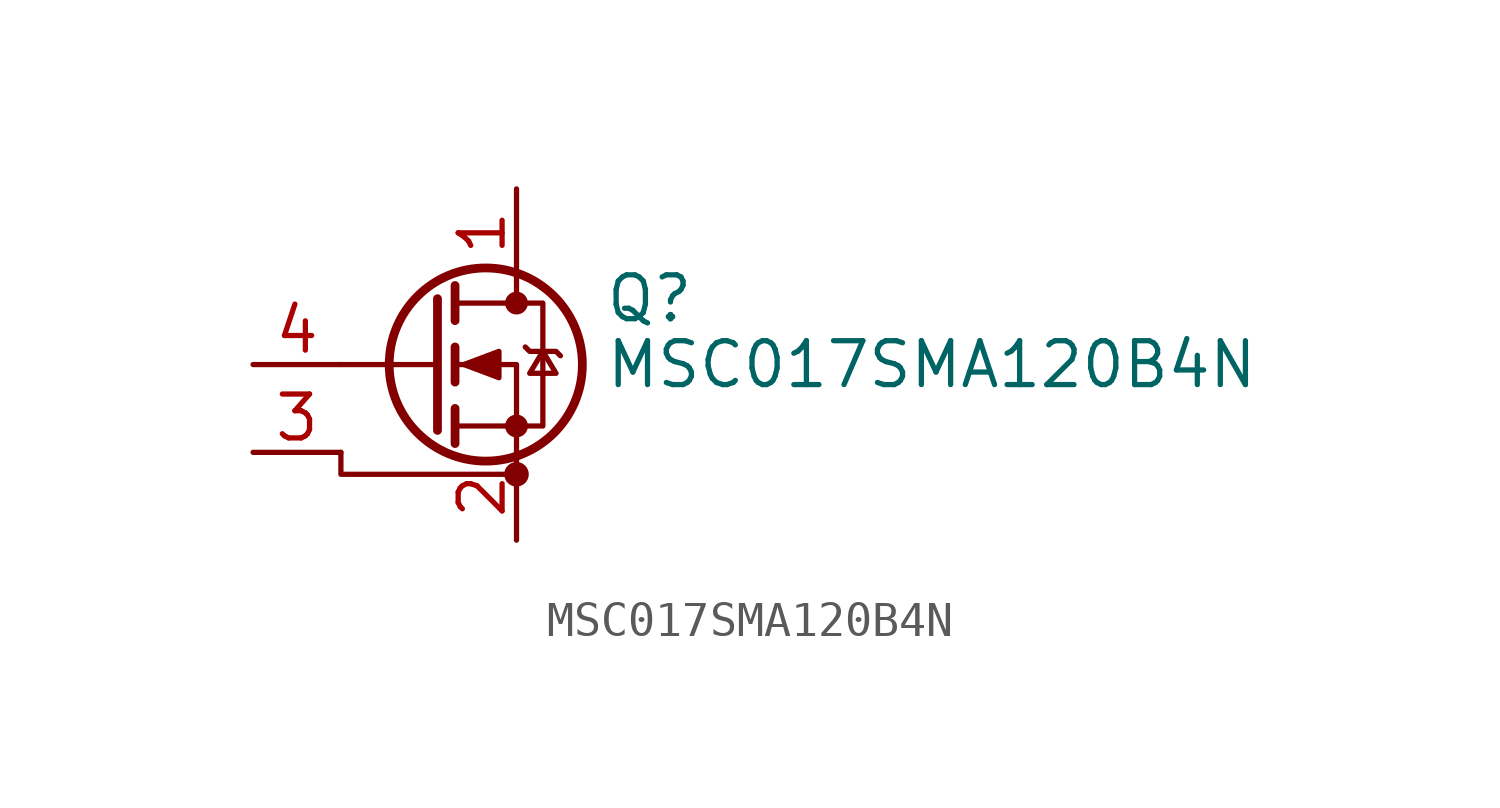
<source format=kicad_sym>
(kicad_symbol_lib
  (version 20231120)
  (generator "kicad_symbol_editor")
  (generator_version "8.0")
  (symbol "MSC017SMA120B4N"
    (pin_names hide)
    (property "Reference" "Q"
      (at 5.08 1.905 0)
      (effects (font (size 1.27 1.27)) (justify left)))
    (property "Value" "MSC017SMA120B4N"
      (at 5.08 0 0)
      (effects (font (size 1.27 1.27)) (justify left)))
    (symbol "MSC017SMA120B4N_0_1"
      (polyline (pts (xy 0.254 0) (xy -2.54 0)) (stroke (width 0) (type default)) (fill (type none)))
      (polyline (pts (xy 0.254 1.905) (xy 0.254 -1.905)) (stroke (width 0.254) (type default)) (fill (type none)))
      (polyline (pts (xy 0.762 -1.27) (xy 0.762 -2.286)) (stroke (width 0.254) (type default)) (fill (type none)))
      (polyline (pts (xy 0.762 0.508) (xy 0.762 -0.508)) (stroke (width 0.254) (type default)) (fill (type none)))
      (polyline (pts (xy 0.762 2.286) (xy 0.762 1.27)) (stroke (width 0.254) (type default)) (fill (type none)))
      (polyline (pts (xy 2.54 2.54) (xy 2.54 1.778)) (stroke (width 0) (type default)) (fill (type none)))
      (polyline (pts (xy -2.54 -2.54) (xy -2.54 -3.175) (xy 2.54 -3.175)) (stroke (width 0) (type default)) (fill (type none)))
      (polyline (pts (xy 2.54 -2.54) (xy 2.54 0) (xy 0.762 0)) (stroke (width 0) (type default)) (fill (type none)))
      (polyline (pts (xy 0.762 -1.778) (xy 3.302 -1.778) (xy 3.302 1.778) (xy 0.762 1.778)) (stroke (width 0) (type default)) (fill (type none)))
      (polyline (pts (xy 1.016 0) (xy 2.032 0.381) (xy 2.032 -0.381) (xy 1.016 0)) (stroke (width 0) (type default)) (fill (type outline)))
      (polyline (pts (xy 2.794 0.508) (xy 2.921 0.381) (xy 3.683 0.381) (xy 3.81 0.254)) (stroke (width 0) (type default)) (fill (type none)))
      (polyline (pts (xy 3.302 0.381) (xy 2.921 -0.254) (xy 3.683 -0.254) (xy 3.302 0.381)) (stroke (width 0) (type default)) (fill (type none)))
      (circle (center 1.651 0) (radius 2.794) (stroke (width 0.254) (type default)) (fill (type none)))
      (circle (center 2.54 -3.175) (radius 0.279) (stroke (width 0) (type default)) (fill (type outline)))
      (circle (center 2.54 -1.778) (radius 0.254) (stroke (width 0) (type default)) (fill (type outline)))
      (circle (center 2.54 1.778) (radius 0.254) (stroke (width 0) (type default)) (fill (type outline))))
    (symbol "MSC017SMA120B4N_1_1"
      (pin passive line (at 2.54 5.08 270) (length 2.54) (name "D" (effects (font (size 1.27 1.27)))) (number "1" (effects (font (size 1.27 1.27)))))
      (pin passive line (at 2.54 -5.08 90) (length 2.54) (name "S" (effects (font (size 1.27 1.27)))) (number "2" (effects (font (size 1.27 1.27)))))
      (pin passive line (at -5.08 -2.54 0) (length 2.54) (name "DS" (effects (font (size 1.27 1.27)))) (number "3" (effects (font (size 1.27 1.27)))))
      (pin input line (at -5.08 0 0) (length 2.54) (name "G" (effects (font (size 1.27 1.27)))) (number "4" (effects (font (size 1.27 1.27))))))))
</source>
